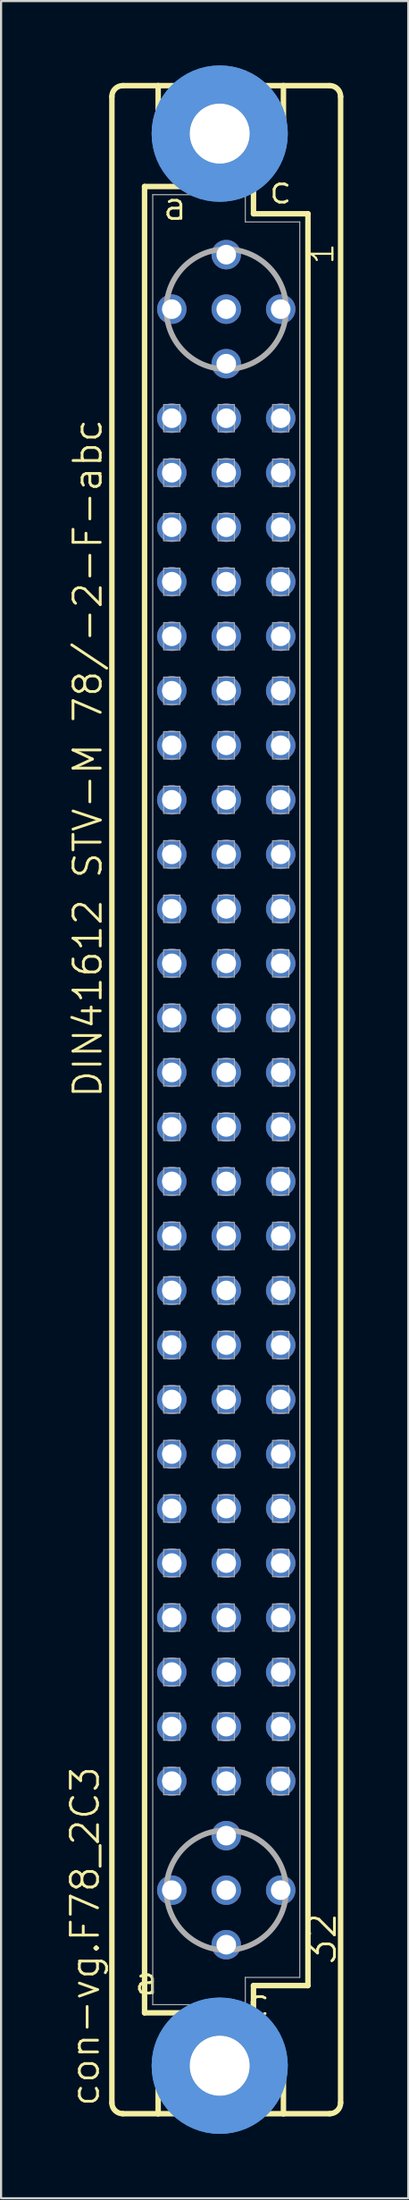
<source format=kicad_pcb>
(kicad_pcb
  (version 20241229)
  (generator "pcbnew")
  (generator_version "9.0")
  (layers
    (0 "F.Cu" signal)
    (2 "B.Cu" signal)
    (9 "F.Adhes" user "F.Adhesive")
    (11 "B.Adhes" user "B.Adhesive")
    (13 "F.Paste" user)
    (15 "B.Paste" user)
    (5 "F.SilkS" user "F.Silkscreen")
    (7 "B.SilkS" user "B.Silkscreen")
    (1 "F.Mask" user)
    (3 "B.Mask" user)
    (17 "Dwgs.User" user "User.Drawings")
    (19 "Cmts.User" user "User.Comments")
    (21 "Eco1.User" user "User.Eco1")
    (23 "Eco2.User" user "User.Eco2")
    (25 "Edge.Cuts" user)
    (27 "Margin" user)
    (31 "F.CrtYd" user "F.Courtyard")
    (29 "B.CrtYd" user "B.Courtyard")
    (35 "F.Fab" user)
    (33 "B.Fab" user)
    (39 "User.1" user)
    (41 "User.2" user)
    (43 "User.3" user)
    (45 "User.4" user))
  (footprint "con-vg.F78_2C3"
    (layer "F.Cu")
    (at 7.502 48.184)
    (property "Reference" "con-vg.F78_2C3" (at -5.842 46.99 90) (layer "F.SilkS") (effects (font (size 1.27 1.27) (thickness 0.13)) (justify left bottom)))
    (attr through_hole)
    (fp_line (start -5.334 46.736) (end -5.334 -46.736) (stroke (width 0.254) (type default)) (layer "F.SilkS"))
    (fp_line (start -4.826 -47.244) (end -3.175 -47.244) (stroke (width 0.254) (type default)) (layer "F.SilkS"))
    (fp_line (start -4.826 47.244) (end -3.175 47.244) (stroke (width 0.254) (type default)) (layer "F.SilkS"))
    (fp_line (start -3.81 -42.545) (end -3.81 42.545) (stroke (width 0.254) (type default)) (layer "F.SilkS"))
    (fp_line (start -3.81 42.545) (end -1.651 42.545) (stroke (width 0.254) (type default)) (layer "F.SilkS"))
    (fp_line (start -3.175 -47.244) (end -3.175 -44.45) (stroke (width 0.254) (type default)) (layer "F.SilkS"))
    (fp_line (start -3.175 47.244) (end -3.175 44.45) (stroke (width 0.254) (type default)) (layer "F.SilkS"))
    (fp_line (start -3.175 47.244) (end 2.667 47.244) (stroke (width 0.254) (type default)) (layer "F.SilkS"))
    (fp_line (start -1.651 -42.545) (end -3.81 -42.545) (stroke (width 0.254) (type default)) (layer "F.SilkS"))
    (fp_line (start -1.651 -42.545) (end -3.175 -44.45) (stroke (width 0.254) (type default)) (layer "F.SilkS"))
    (fp_line (start -1.651 42.545) (end -3.175 44.45) (stroke (width 0.254) (type default)) (layer "F.SilkS"))
    (fp_line (start -1.651 42.545) (end 1.143 42.545) (stroke (width 0.254) (type default)) (layer "F.SilkS"))
    (fp_line (start 1.143 -42.545) (end -1.651 -42.545) (stroke (width 0.254) (type default)) (layer "F.SilkS"))
    (fp_line (start 1.143 -42.545) (end 2.667 -44.45) (stroke (width 0.254) (type default)) (layer "F.SilkS"))
    (fp_line (start 1.143 42.545) (end 1.27 42.545) (stroke (width 0.254) (type default)) (layer "F.SilkS"))
    (fp_line (start 1.143 42.545) (end 2.667 44.45) (stroke (width 0.254) (type default)) (layer "F.SilkS"))
    (fp_line (start 1.27 -42.545) (end 1.143 -42.545) (stroke (width 0.254) (type default)) (layer "F.SilkS"))
    (fp_line (start 1.27 -41.275) (end 1.27 -42.545) (stroke (width 0.254) (type default)) (layer "F.SilkS"))
    (fp_line (start 1.27 41.275) (end 3.81 41.275) (stroke (width 0.254) (type default)) (layer "F.SilkS"))
    (fp_line (start 1.27 42.545) (end 1.27 41.275) (stroke (width 0.254) (type default)) (layer "F.SilkS"))
    (fp_line (start 2.667 -47.244) (end -3.175 -47.244) (stroke (width 0.254) (type default)) (layer "F.SilkS"))
    (fp_line (start 2.667 -47.244) (end 2.667 -44.45) (stroke (width 0.254) (type default)) (layer "F.SilkS"))
    (fp_line (start 2.667 47.244) (end 2.667 44.45) (stroke (width 0.254) (type default)) (layer "F.SilkS"))
    (fp_line (start 2.667 47.244) (end 4.826 47.244) (stroke (width 0.254) (type default)) (layer "F.SilkS"))
    (fp_line (start 3.81 -41.275) (end 1.27 -41.275) (stroke (width 0.254) (type default)) (layer "F.SilkS"))
    (fp_line (start 3.81 41.275) (end 3.81 -41.275) (stroke (width 0.254) (type default)) (layer "F.SilkS"))
    (fp_line (start 4.826 -47.244) (end 2.667 -47.244) (stroke (width 0.254) (type default)) (layer "F.SilkS"))
    (fp_line (start 5.334 46.736) (end 5.334 -46.736) (stroke (width 0.254) (type default)) (layer "F.SilkS"))
    (fp_arc (start -5.334 -46.736) (mid -5.18521 -47.09521) (end -4.826 -47.244) (stroke (width 0.254) (type default)) (layer "F.SilkS"))
    (fp_arc (start -4.826 47.244) (mid -5.18521 47.09521) (end -5.334 46.736) (stroke (width 0.254) (type default)) (layer "F.SilkS"))
    (fp_arc (start 4.826 -47.244) (mid 5.18521 -47.09521) (end 5.334 -46.736) (stroke (width 0.254) (type default)) (layer "F.SilkS"))
    (fp_arc (start 5.334 46.736) (mid 5.18521 47.09521) (end 4.826 47.244) (stroke (width 0.254) (type default)) (layer "F.SilkS"))
    (fp_circle (center -0.305 -45.009) (end 0.965 -45.009) (stroke (width 0.254) (type default)) (fill no) (layer "F.SilkS"))
    (fp_circle (center -0.305 45.009) (end 0.965 45.009) (stroke (width 0.254) (type default)) (fill no) (layer "F.SilkS"))
    (fp_circle (center -0.305 -45.009) (end 1.981 -45.009) (stroke (width 1.778) (type default)) (fill no) (layer "Cmts.User"))
    (fp_circle (center -0.305 -45.009) (end 1.981 -45.009) (stroke (width 1.778) (type default)) (fill no) (layer "Cmts.User"))
    (fp_circle (center -0.305 45.009) (end 1.981 45.009) (stroke (width 1.778) (type default)) (fill no) (layer "Cmts.User"))
    (fp_circle (center -0.305 45.009) (end 1.981 45.009) (stroke (width 1.778) (type default)) (fill no) (layer "Cmts.User"))
    (fp_line (start -3.429 -42.164) (end -3.429 42.164) (stroke (width 0.051) (type default)) (layer "F.Fab"))
    (fp_line (start -3.429 -42.164) (end 0.889 -42.164) (stroke (width 0.051) (type default)) (layer "F.Fab"))
    (fp_line (start -3.429 42.164) (end 0.889 42.164) (stroke (width 0.051) (type default)) (layer "F.Fab"))
    (fp_line (start 0.889 -42.164) (end 0.889 -40.894) (stroke (width 0.051) (type default)) (layer "F.Fab"))
    (fp_line (start 0.889 -40.894) (end 3.429 -40.894) (stroke (width 0.051) (type default)) (layer "F.Fab"))
    (fp_line (start 0.889 40.894) (end 3.429 40.894) (stroke (width 0.051) (type default)) (layer "F.Fab"))
    (fp_line (start 0.889 42.164) (end 0.889 40.894) (stroke (width 0.051) (type default)) (layer "F.Fab"))
    (fp_line (start 3.429 -40.894) (end 3.429 40.894) (stroke (width 0.051) (type default)) (layer "F.Fab"))
    (fp_rect (start -2.921 -31.115) (end -2.159 -32.385) (stroke (width 0.05) (type default)) (fill no) (layer "F.Fab"))
    (fp_rect (start -2.921 -28.575) (end -2.159 -29.845) (stroke (width 0.05) (type default)) (fill no) (layer "F.Fab"))
    (fp_rect (start -2.921 -26.035) (end -2.159 -27.305) (stroke (width 0.05) (type default)) (fill no) (layer "F.Fab"))
    (fp_rect (start -2.921 -23.495) (end -2.159 -24.765) (stroke (width 0.05) (type default)) (fill no) (layer "F.Fab"))
    (fp_rect (start -2.921 -20.955) (end -2.159 -22.225) (stroke (width 0.05) (type default)) (fill no) (layer "F.Fab"))
    (fp_rect (start -2.921 -18.415) (end -2.159 -19.685) (stroke (width 0.05) (type default)) (fill no) (layer "F.Fab"))
    (fp_rect (start -2.921 -15.875) (end -2.159 -17.145) (stroke (width 0.05) (type default)) (fill no) (layer "F.Fab"))
    (fp_rect (start -2.921 -13.335) (end -2.159 -14.605) (stroke (width 0.05) (type default)) (fill no) (layer "F.Fab"))
    (fp_rect (start -2.921 -10.795) (end -2.159 -12.065) (stroke (width 0.05) (type default)) (fill no) (layer "F.Fab"))
    (fp_rect (start -2.921 -8.255) (end -2.159 -9.525) (stroke (width 0.05) (type default)) (fill no) (layer "F.Fab"))
    (fp_rect (start -2.921 -5.715) (end -2.159 -6.985) (stroke (width 0.05) (type default)) (fill no) (layer "F.Fab"))
    (fp_rect (start -2.921 -3.175) (end -2.159 -4.445) (stroke (width 0.05) (type default)) (fill no) (layer "F.Fab"))
    (fp_rect (start -2.921 -0.635) (end -2.159 -1.905) (stroke (width 0.05) (type default)) (fill no) (layer "F.Fab"))
    (fp_rect (start -2.921 1.905) (end -2.159 0.635) (stroke (width 0.05) (type default)) (fill no) (layer "F.Fab"))
    (fp_rect (start -2.921 4.445) (end -2.159 3.175) (stroke (width 0.05) (type default)) (fill no) (layer "F.Fab"))
    (fp_rect (start -2.921 6.985) (end -2.159 5.715) (stroke (width 0.05) (type default)) (fill no) (layer "F.Fab"))
    (fp_rect (start -2.921 9.525) (end -2.159 8.255) (stroke (width 0.05) (type default)) (fill no) (layer "F.Fab"))
    (fp_rect (start -2.921 12.065) (end -2.159 10.795) (stroke (width 0.05) (type default)) (fill no) (layer "F.Fab"))
    (fp_rect (start -2.921 14.605) (end -2.159 13.335) (stroke (width 0.05) (type default)) (fill no) (layer "F.Fab"))
    (fp_rect (start -2.921 17.145) (end -2.159 15.875) (stroke (width 0.05) (type default)) (fill no) (layer "F.Fab"))
    (fp_rect (start -2.921 19.685) (end -2.159 18.415) (stroke (width 0.05) (type default)) (fill no) (layer "F.Fab"))
    (fp_rect (start -2.921 22.225) (end -2.159 20.955) (stroke (width 0.05) (type default)) (fill no) (layer "F.Fab"))
    (fp_rect (start -2.921 24.765) (end -2.159 23.495) (stroke (width 0.05) (type default)) (fill no) (layer "F.Fab"))
    (fp_rect (start -2.921 27.305) (end -2.159 26.035) (stroke (width 0.05) (type default)) (fill no) (layer "F.Fab"))
    (fp_rect (start -2.921 29.845) (end -2.159 28.575) (stroke (width 0.05) (type default)) (fill no) (layer "F.Fab"))
    (fp_rect (start -2.921 32.385) (end -2.159 31.115) (stroke (width 0.05) (type default)) (fill no) (layer "F.Fab"))
    (fp_rect (start -0.381 -31.115) (end 0.381 -32.385) (stroke (width 0.05) (type default)) (fill no) (layer "F.Fab"))
    (fp_rect (start -0.381 -28.575) (end 0.381 -29.845) (stroke (width 0.05) (type default)) (fill no) (layer "F.Fab"))
    (fp_rect (start -0.381 -26.035) (end 0.381 -27.305) (stroke (width 0.05) (type default)) (fill no) (layer "F.Fab"))
    (fp_rect (start -0.381 -23.495) (end 0.381 -24.765) (stroke (width 0.05) (type default)) (fill no) (layer "F.Fab"))
    (fp_rect (start -0.381 -20.955) (end 0.381 -22.225) (stroke (width 0.05) (type default)) (fill no) (layer "F.Fab"))
    (fp_rect (start -0.381 -18.415) (end 0.381 -19.685) (stroke (width 0.05) (type default)) (fill no) (layer "F.Fab"))
    (fp_rect (start -0.381 -15.875) (end 0.381 -17.145) (stroke (width 0.05) (type default)) (fill no) (layer "F.Fab"))
    (fp_rect (start -0.381 -13.335) (end 0.381 -14.605) (stroke (width 0.05) (type default)) (fill no) (layer "F.Fab"))
    (fp_rect (start -0.381 -10.795) (end 0.381 -12.065) (stroke (width 0.05) (type default)) (fill no) (layer "F.Fab"))
    (fp_rect (start -0.381 -8.255) (end 0.381 -9.525) (stroke (width 0.05) (type default)) (fill no) (layer "F.Fab"))
    (fp_rect (start -0.381 -5.715) (end 0.381 -6.985) (stroke (width 0.05) (type default)) (fill no) (layer "F.Fab"))
    (fp_rect (start -0.381 -3.175) (end 0.381 -4.445) (stroke (width 0.05) (type default)) (fill no) (layer "F.Fab"))
    (fp_rect (start -0.381 -0.635) (end 0.381 -1.905) (stroke (width 0.05) (type default)) (fill no) (layer "F.Fab"))
    (fp_rect (start -0.381 1.905) (end 0.381 0.635) (stroke (width 0.05) (type default)) (fill no) (layer "F.Fab"))
    (fp_rect (start -0.381 4.445) (end 0.381 3.175) (stroke (width 0.05) (type default)) (fill no) (layer "F.Fab"))
    (fp_rect (start -0.381 6.985) (end 0.381 5.715) (stroke (width 0.05) (type default)) (fill no) (layer "F.Fab"))
    (fp_rect (start -0.381 9.525) (end 0.381 8.255) (stroke (width 0.05) (type default)) (fill no) (layer "F.Fab"))
    (fp_rect (start -0.381 12.065) (end 0.381 10.795) (stroke (width 0.05) (type default)) (fill no) (layer "F.Fab"))
    (fp_rect (start -0.381 14.605) (end 0.381 13.335) (stroke (width 0.05) (type default)) (fill no) (layer "F.Fab"))
    (fp_rect (start -0.381 17.145) (end 0.381 15.875) (stroke (width 0.05) (type default)) (fill no) (layer "F.Fab"))
    (fp_rect (start -0.381 19.685) (end 0.381 18.415) (stroke (width 0.05) (type default)) (fill no) (layer "F.Fab"))
    (fp_rect (start -0.381 22.225) (end 0.381 20.955) (stroke (width 0.05) (type default)) (fill no) (layer "F.Fab"))
    (fp_rect (start -0.381 24.765) (end 0.381 23.495) (stroke (width 0.05) (type default)) (fill no) (layer "F.Fab"))
    (fp_rect (start -0.381 27.305) (end 0.381 26.035) (stroke (width 0.05) (type default)) (fill no) (layer "F.Fab"))
    (fp_rect (start -0.381 29.845) (end 0.381 28.575) (stroke (width 0.05) (type default)) (fill no) (layer "F.Fab"))
    (fp_rect (start -0.381 32.385) (end 0.381 31.115) (stroke (width 0.05) (type default)) (fill no) (layer "F.Fab"))
    (fp_rect (start 2.159 -31.115) (end 2.921 -32.385) (stroke (width 0.05) (type default)) (fill no) (layer "F.Fab"))
    (fp_rect (start 2.159 -28.575) (end 2.921 -29.845) (stroke (width 0.05) (type default)) (fill no) (layer "F.Fab"))
    (fp_rect (start 2.159 -26.035) (end 2.921 -27.305) (stroke (width 0.05) (type default)) (fill no) (layer "F.Fab"))
    (fp_rect (start 2.159 -23.495) (end 2.921 -24.765) (stroke (width 0.05) (type default)) (fill no) (layer "F.Fab"))
    (fp_rect (start 2.159 -20.955) (end 2.921 -22.225) (stroke (width 0.05) (type default)) (fill no) (layer "F.Fab"))
    (fp_rect (start 2.159 -18.415) (end 2.921 -19.685) (stroke (width 0.05) (type default)) (fill no) (layer "F.Fab"))
    (fp_rect (start 2.159 -15.875) (end 2.921 -17.145) (stroke (width 0.05) (type default)) (fill no) (layer "F.Fab"))
    (fp_rect (start 2.159 -13.335) (end 2.921 -14.605) (stroke (width 0.05) (type default)) (fill no) (layer "F.Fab"))
    (fp_rect (start 2.159 -10.795) (end 2.921 -12.065) (stroke (width 0.05) (type default)) (fill no) (layer "F.Fab"))
    (fp_rect (start 2.159 -8.255) (end 2.921 -9.525) (stroke (width 0.05) (type default)) (fill no) (layer "F.Fab"))
    (fp_rect (start 2.159 -5.715) (end 2.921 -6.985) (stroke (width 0.05) (type default)) (fill no) (layer "F.Fab"))
    (fp_rect (start 2.159 -3.175) (end 2.921 -4.445) (stroke (width 0.05) (type default)) (fill no) (layer "F.Fab"))
    (fp_rect (start 2.159 -0.635) (end 2.921 -1.905) (stroke (width 0.05) (type default)) (fill no) (layer "F.Fab"))
    (fp_rect (start 2.159 1.905) (end 2.921 0.635) (stroke (width 0.05) (type default)) (fill no) (layer "F.Fab"))
    (fp_rect (start 2.159 4.445) (end 2.921 3.175) (stroke (width 0.05) (type default)) (fill no) (layer "F.Fab"))
    (fp_rect (start 2.159 6.985) (end 2.921 5.715) (stroke (width 0.05) (type default)) (fill no) (layer "F.Fab"))
    (fp_rect (start 2.159 9.525) (end 2.921 8.255) (stroke (width 0.05) (type default)) (fill no) (layer "F.Fab"))
    (fp_rect (start 2.159 12.065) (end 2.921 10.795) (stroke (width 0.05) (type default)) (fill no) (layer "F.Fab"))
    (fp_rect (start 2.159 14.605) (end 2.921 13.335) (stroke (width 0.05) (type default)) (fill no) (layer "F.Fab"))
    (fp_rect (start 2.159 17.145) (end 2.921 15.875) (stroke (width 0.05) (type default)) (fill no) (layer "F.Fab"))
    (fp_rect (start 2.159 19.685) (end 2.921 18.415) (stroke (width 0.05) (type default)) (fill no) (layer "F.Fab"))
    (fp_rect (start 2.159 22.225) (end 2.921 20.955) (stroke (width 0.05) (type default)) (fill no) (layer "F.Fab"))
    (fp_rect (start 2.159 24.765) (end 2.921 23.495) (stroke (width 0.05) (type default)) (fill no) (layer "F.Fab"))
    (fp_rect (start 2.159 27.305) (end 2.921 26.035) (stroke (width 0.05) (type default)) (fill no) (layer "F.Fab"))
    (fp_rect (start 2.159 29.845) (end 2.921 28.575) (stroke (width 0.05) (type default)) (fill no) (layer "F.Fab"))
    (fp_rect (start 2.159 32.385) (end 2.921 31.115) (stroke (width 0.05) (type default)) (fill no) (layer "F.Fab"))
    (fp_circle (center 0 -36.83) (end 2.794 -36.83) (stroke (width 0.254) (type default)) (fill no) (layer "F.Fab"))
    (fp_circle (center 0 36.83) (end 2.794 36.83) (stroke (width 0.254) (type default)) (fill no) (layer "F.Fab"))
    (fp_text user "32" (at 5.207 40.386 90) (layer "F.SilkS") (effects (font (size 1.27 1.27) (thickness 0.13)) (justify left bottom)))
    (fp_text user "c" (at 1.905 -41.656 0) (layer "F.SilkS") (effects (font (size 1.27 1.27) (thickness 0.13)) (justify left bottom)))
    (fp_text user "c " (at 0.878 42.799 0) (layer "F.SilkS") (effects (font (size 1.27 1.27) (thickness 0.13)) (justify left bottom)))
    (fp_text user "a" (at -3.048 -40.894 0) (layer "F.SilkS") (effects (font (size 1.27 1.27) (thickness 0.13)) (justify left bottom)))
    (fp_text user "1" (at 5.08 -38.862 90) (layer "F.SilkS") (effects (font (size 1.016 1.016) (thickness 0.1)) (justify left bottom)))
    (fp_text user "DIN41612 STV-M 78/-2-F-abc" (at -5.715 0 90) (layer "F.SilkS") (effects (font (size 1.27 1.27) (thickness 0.13)) (justify left bottom)))
    (fp_text user "a " (at -4.375 41.783 0) (layer "F.SilkS") (effects (font (size 1.27 1.27) (thickness 0.13)) (justify left bottom)))
    (pad "" np_thru_hole circle (at -0.305 -45.009) (size 2.794 2.794) (drill 2.794) (layers "*.Cu" "*.Mask"))
    (pad "" np_thru_hole circle (at -0.305 45.009) (size 2.794 2.794) (drill 2.794) (layers "*.Cu" "*.Mask"))
    (pad "A2" thru_hole circle (at -2.54 -36.83) (size 1.372 1.372) (drill 0.914) (layers "*.Cu" "*.Mask"))
    (pad "A4" thru_hole circle (at -2.54 -31.75) (size 1.372 1.372) (drill 0.914) (layers "*.Cu" "*.Mask"))
    (pad "A5" thru_hole circle (at -2.54 -29.21) (size 1.372 1.372) (drill 0.914) (layers "*.Cu" "*.Mask"))
    (pad "A6" thru_hole circle (at -2.54 -26.67) (size 1.372 1.372) (drill 0.914) (layers "*.Cu" "*.Mask"))
    (pad "A7" thru_hole circle (at -2.54 -24.13) (size 1.372 1.372) (drill 0.914) (layers "*.Cu" "*.Mask"))
    (pad "A8" thru_hole circle (at -2.54 -21.59) (size 1.372 1.372) (drill 0.914) (layers "*.Cu" "*.Mask"))
    (pad "A9" thru_hole circle (at -2.54 -19.05) (size 1.372 1.372) (drill 0.914) (layers "*.Cu" "*.Mask"))
    (pad "A10" thru_hole circle (at -2.54 -16.51) (size 1.372 1.372) (drill 0.914) (layers "*.Cu" "*.Mask"))
    (pad "A11" thru_hole circle (at -2.54 -13.97) (size 1.372 1.372) (drill 0.914) (layers "*.Cu" "*.Mask"))
    (pad "A12" thru_hole circle (at -2.54 -11.43) (size 1.372 1.372) (drill 0.914) (layers "*.Cu" "*.Mask"))
    (pad "A13" thru_hole circle (at -2.54 -8.89) (size 1.372 1.372) (drill 0.914) (layers "*.Cu" "*.Mask"))
    (pad "A14" thru_hole circle (at -2.54 -6.35) (size 1.372 1.372) (drill 0.914) (layers "*.Cu" "*.Mask"))
    (pad "A15" thru_hole circle (at -2.54 -3.81) (size 1.372 1.372) (drill 0.914) (layers "*.Cu" "*.Mask"))
    (pad "A16" thru_hole circle (at -2.54 -1.27) (size 1.372 1.372) (drill 0.914) (layers "*.Cu" "*.Mask"))
    (pad "A17" thru_hole circle (at -2.54 1.27) (size 1.372 1.372) (drill 0.914) (layers "*.Cu" "*.Mask"))
    (pad "A18" thru_hole circle (at -2.54 3.81) (size 1.372 1.372) (drill 0.914) (layers "*.Cu" "*.Mask"))
    (pad "A19" thru_hole circle (at -2.54 6.35) (size 1.372 1.372) (drill 0.914) (layers "*.Cu" "*.Mask"))
    (pad "A20" thru_hole circle (at -2.54 8.89) (size 1.372 1.372) (drill 0.914) (layers "*.Cu" "*.Mask"))
    (pad "A21" thru_hole circle (at -2.54 11.43) (size 1.372 1.372) (drill 0.914) (layers "*.Cu" "*.Mask"))
    (pad "A22" thru_hole circle (at -2.54 13.97) (size 1.372 1.372) (drill 0.914) (layers "*.Cu" "*.Mask"))
    (pad "A23" thru_hole circle (at -2.54 16.51) (size 1.372 1.372) (drill 0.914) (layers "*.Cu" "*.Mask"))
    (pad "A24" thru_hole circle (at -2.54 19.05) (size 1.372 1.372) (drill 0.914) (layers "*.Cu" "*.Mask"))
    (pad "A25" thru_hole circle (at -2.54 21.59) (size 1.372 1.372) (drill 0.914) (layers "*.Cu" "*.Mask"))
    (pad "A26" thru_hole circle (at -2.54 24.13) (size 1.372 1.372) (drill 0.914) (layers "*.Cu" "*.Mask"))
    (pad "A27" thru_hole circle (at -2.54 26.67) (size 1.372 1.372) (drill 0.914) (layers "*.Cu" "*.Mask"))
    (pad "A28" thru_hole circle (at -2.54 29.21) (size 1.372 1.372) (drill 0.914) (layers "*.Cu" "*.Mask"))
    (pad "A29" thru_hole circle (at -2.54 31.75) (size 1.372 1.372) (drill 0.914) (layers "*.Cu" "*.Mask"))
    (pad "A31" thru_hole circle (at -2.54 36.83) (size 1.372 1.372) (drill 0.914) (layers "*.Cu" "*.Mask"))
    (pad "B1" thru_hole circle (at 0 -39.37) (size 1.372 1.372) (drill 0.914) (layers "*.Cu" "*.Mask"))
    (pad "B2" thru_hole circle (at 0 -36.83) (size 1.372 1.372) (drill 0.914) (layers "*.Cu" "*.Mask"))
    (pad "B3" thru_hole circle (at 0 -34.29) (size 1.372 1.372) (drill 0.914) (layers "*.Cu" "*.Mask"))
    (pad "B4" thru_hole circle (at 0 -31.75) (size 1.372 1.372) (drill 0.914) (layers "*.Cu" "*.Mask"))
    (pad "B5" thru_hole circle (at 0 -29.21) (size 1.372 1.372) (drill 0.914) (layers "*.Cu" "*.Mask"))
    (pad "B6" thru_hole circle (at 0 -26.67) (size 1.372 1.372) (drill 0.914) (layers "*.Cu" "*.Mask"))
    (pad "B7" thru_hole circle (at 0 -24.13) (size 1.372 1.372) (drill 0.914) (layers "*.Cu" "*.Mask"))
    (pad "B8" thru_hole circle (at 0 -21.59) (size 1.372 1.372) (drill 0.914) (layers "*.Cu" "*.Mask"))
    (pad "B9" thru_hole circle (at 0 -19.05) (size 1.372 1.372) (drill 0.914) (layers "*.Cu" "*.Mask"))
    (pad "B10" thru_hole circle (at 0 -16.51) (size 1.372 1.372) (drill 0.914) (layers "*.Cu" "*.Mask"))
    (pad "B11" thru_hole circle (at 0 -13.97) (size 1.372 1.372) (drill 0.914) (layers "*.Cu" "*.Mask"))
    (pad "B12" thru_hole circle (at 0 -11.43) (size 1.372 1.372) (drill 0.914) (layers "*.Cu" "*.Mask"))
    (pad "B13" thru_hole circle (at 0 -8.89) (size 1.372 1.372) (drill 0.914) (layers "*.Cu" "*.Mask"))
    (pad "B14" thru_hole circle (at 0 -6.35) (size 1.372 1.372) (drill 0.914) (layers "*.Cu" "*.Mask"))
    (pad "B15" thru_hole circle (at 0 -3.81) (size 1.372 1.372) (drill 0.914) (layers "*.Cu" "*.Mask"))
    (pad "B16" thru_hole circle (at 0 -1.27) (size 1.372 1.372) (drill 0.914) (layers "*.Cu" "*.Mask"))
    (pad "B17" thru_hole circle (at 0 1.27) (size 1.372 1.372) (drill 0.914) (layers "*.Cu" "*.Mask"))
    (pad "B18" thru_hole circle (at 0 3.81) (size 1.372 1.372) (drill 0.914) (layers "*.Cu" "*.Mask"))
    (pad "B19" thru_hole circle (at 0 6.35) (size 1.372 1.372) (drill 0.914) (layers "*.Cu" "*.Mask"))
    (pad "B20" thru_hole circle (at 0 8.89) (size 1.372 1.372) (drill 0.914) (layers "*.Cu" "*.Mask"))
    (pad "B21" thru_hole circle (at 0 11.43) (size 1.372 1.372) (drill 0.914) (layers "*.Cu" "*.Mask"))
    (pad "B22" thru_hole circle (at 0 13.97) (size 1.372 1.372) (drill 0.914) (layers "*.Cu" "*.Mask"))
    (pad "B23" thru_hole circle (at 0 16.51) (size 1.372 1.372) (drill 0.914) (layers "*.Cu" "*.Mask"))
    (pad "B24" thru_hole circle (at 0 19.05) (size 1.372 1.372) (drill 0.914) (layers "*.Cu" "*.Mask"))
    (pad "B25" thru_hole circle (at 0 21.59) (size 1.372 1.372) (drill 0.914) (layers "*.Cu" "*.Mask"))
    (pad "B26" thru_hole circle (at 0 24.13) (size 1.372 1.372) (drill 0.914) (layers "*.Cu" "*.Mask"))
    (pad "B27" thru_hole circle (at 0 26.67) (size 1.372 1.372) (drill 0.914) (layers "*.Cu" "*.Mask"))
    (pad "B28" thru_hole circle (at 0 29.21) (size 1.372 1.372) (drill 0.914) (layers "*.Cu" "*.Mask"))
    (pad "B29" thru_hole circle (at 0 31.75) (size 1.372 1.372) (drill 0.914) (layers "*.Cu" "*.Mask"))
    (pad "B30" thru_hole circle (at 0 34.29) (size 1.372 1.372) (drill 0.914) (layers "*.Cu" "*.Mask"))
    (pad "B31" thru_hole circle (at 0 36.83) (size 1.372 1.372) (drill 0.914) (layers "*.Cu" "*.Mask"))
    (pad "B32" thru_hole circle (at 0 39.37) (size 1.372 1.372) (drill 0.914) (layers "*.Cu" "*.Mask"))
    (pad "C2" thru_hole circle (at 2.54 -36.83) (size 1.372 1.372) (drill 0.914) (layers "*.Cu" "*.Mask"))
    (pad "C4" thru_hole circle (at 2.54 -31.75) (size 1.372 1.372) (drill 0.914) (layers "*.Cu" "*.Mask"))
    (pad "C5" thru_hole circle (at 2.54 -29.21) (size 1.372 1.372) (drill 0.914) (layers "*.Cu" "*.Mask"))
    (pad "C6" thru_hole circle (at 2.54 -26.67) (size 1.372 1.372) (drill 0.914) (layers "*.Cu" "*.Mask"))
    (pad "C7" thru_hole circle (at 2.54 -24.13) (size 1.372 1.372) (drill 0.914) (layers "*.Cu" "*.Mask"))
    (pad "C8" thru_hole circle (at 2.54 -21.59) (size 1.372 1.372) (drill 0.914) (layers "*.Cu" "*.Mask"))
    (pad "C9" thru_hole circle (at 2.54 -19.05) (size 1.372 1.372) (drill 0.914) (layers "*.Cu" "*.Mask"))
    (pad "C10" thru_hole circle (at 2.54 -16.51) (size 1.372 1.372) (drill 0.914) (layers "*.Cu" "*.Mask"))
    (pad "C11" thru_hole circle (at 2.54 -13.97) (size 1.372 1.372) (drill 0.914) (layers "*.Cu" "*.Mask"))
    (pad "C12" thru_hole circle (at 2.54 -11.43) (size 1.372 1.372) (drill 0.914) (layers "*.Cu" "*.Mask"))
    (pad "C13" thru_hole circle (at 2.54 -8.89) (size 1.372 1.372) (drill 0.914) (layers "*.Cu" "*.Mask"))
    (pad "C14" thru_hole circle (at 2.54 -6.35) (size 1.372 1.372) (drill 0.914) (layers "*.Cu" "*.Mask"))
    (pad "C15" thru_hole circle (at 2.54 -3.81) (size 1.372 1.372) (drill 0.914) (layers "*.Cu" "*.Mask"))
    (pad "C16" thru_hole circle (at 2.54 -1.27) (size 1.372 1.372) (drill 0.914) (layers "*.Cu" "*.Mask"))
    (pad "C17" thru_hole circle (at 2.54 1.27) (size 1.372 1.372) (drill 0.914) (layers "*.Cu" "*.Mask"))
    (pad "C18" thru_hole circle (at 2.54 3.81) (size 1.372 1.372) (drill 0.914) (layers "*.Cu" "*.Mask"))
    (pad "C19" thru_hole circle (at 2.54 6.35) (size 1.372 1.372) (drill 0.914) (layers "*.Cu" "*.Mask"))
    (pad "C20" thru_hole circle (at 2.54 8.89) (size 1.372 1.372) (drill 0.914) (layers "*.Cu" "*.Mask"))
    (pad "C21" thru_hole circle (at 2.54 11.43) (size 1.372 1.372) (drill 0.914) (layers "*.Cu" "*.Mask"))
    (pad "C22" thru_hole circle (at 2.54 13.97) (size 1.372 1.372) (drill 0.914) (layers "*.Cu" "*.Mask"))
    (pad "C23" thru_hole circle (at 2.54 16.51) (size 1.372 1.372) (drill 0.914) (layers "*.Cu" "*.Mask"))
    (pad "C24" thru_hole circle (at 2.54 19.05) (size 1.372 1.372) (drill 0.914) (layers "*.Cu" "*.Mask"))
    (pad "C25" thru_hole circle (at 2.54 21.59) (size 1.372 1.372) (drill 0.914) (layers "*.Cu" "*.Mask"))
    (pad "C26" thru_hole circle (at 2.54 24.13) (size 1.372 1.372) (drill 0.914) (layers "*.Cu" "*.Mask"))
    (pad "C27" thru_hole circle (at 2.54 26.67) (size 1.372 1.372) (drill 0.914) (layers "*.Cu" "*.Mask"))
    (pad "C28" thru_hole circle (at 2.54 29.21) (size 1.372 1.372) (drill 0.914) (layers "*.Cu" "*.Mask"))
    (pad "C29" thru_hole circle (at 2.54 31.75) (size 1.372 1.372) (drill 0.914) (layers "*.Cu" "*.Mask"))
    (pad "C31" thru_hole circle (at 2.54 36.83) (size 1.372 1.372) (drill 0.914) (layers "*.Cu" "*.Mask")))
  (gr_rect
    (start -3 -3)
    (end 15.991 99.368)
    (stroke (width 0.1) (type default))
    (fill no)
    (layer "Edge.Cuts")))
</source>
